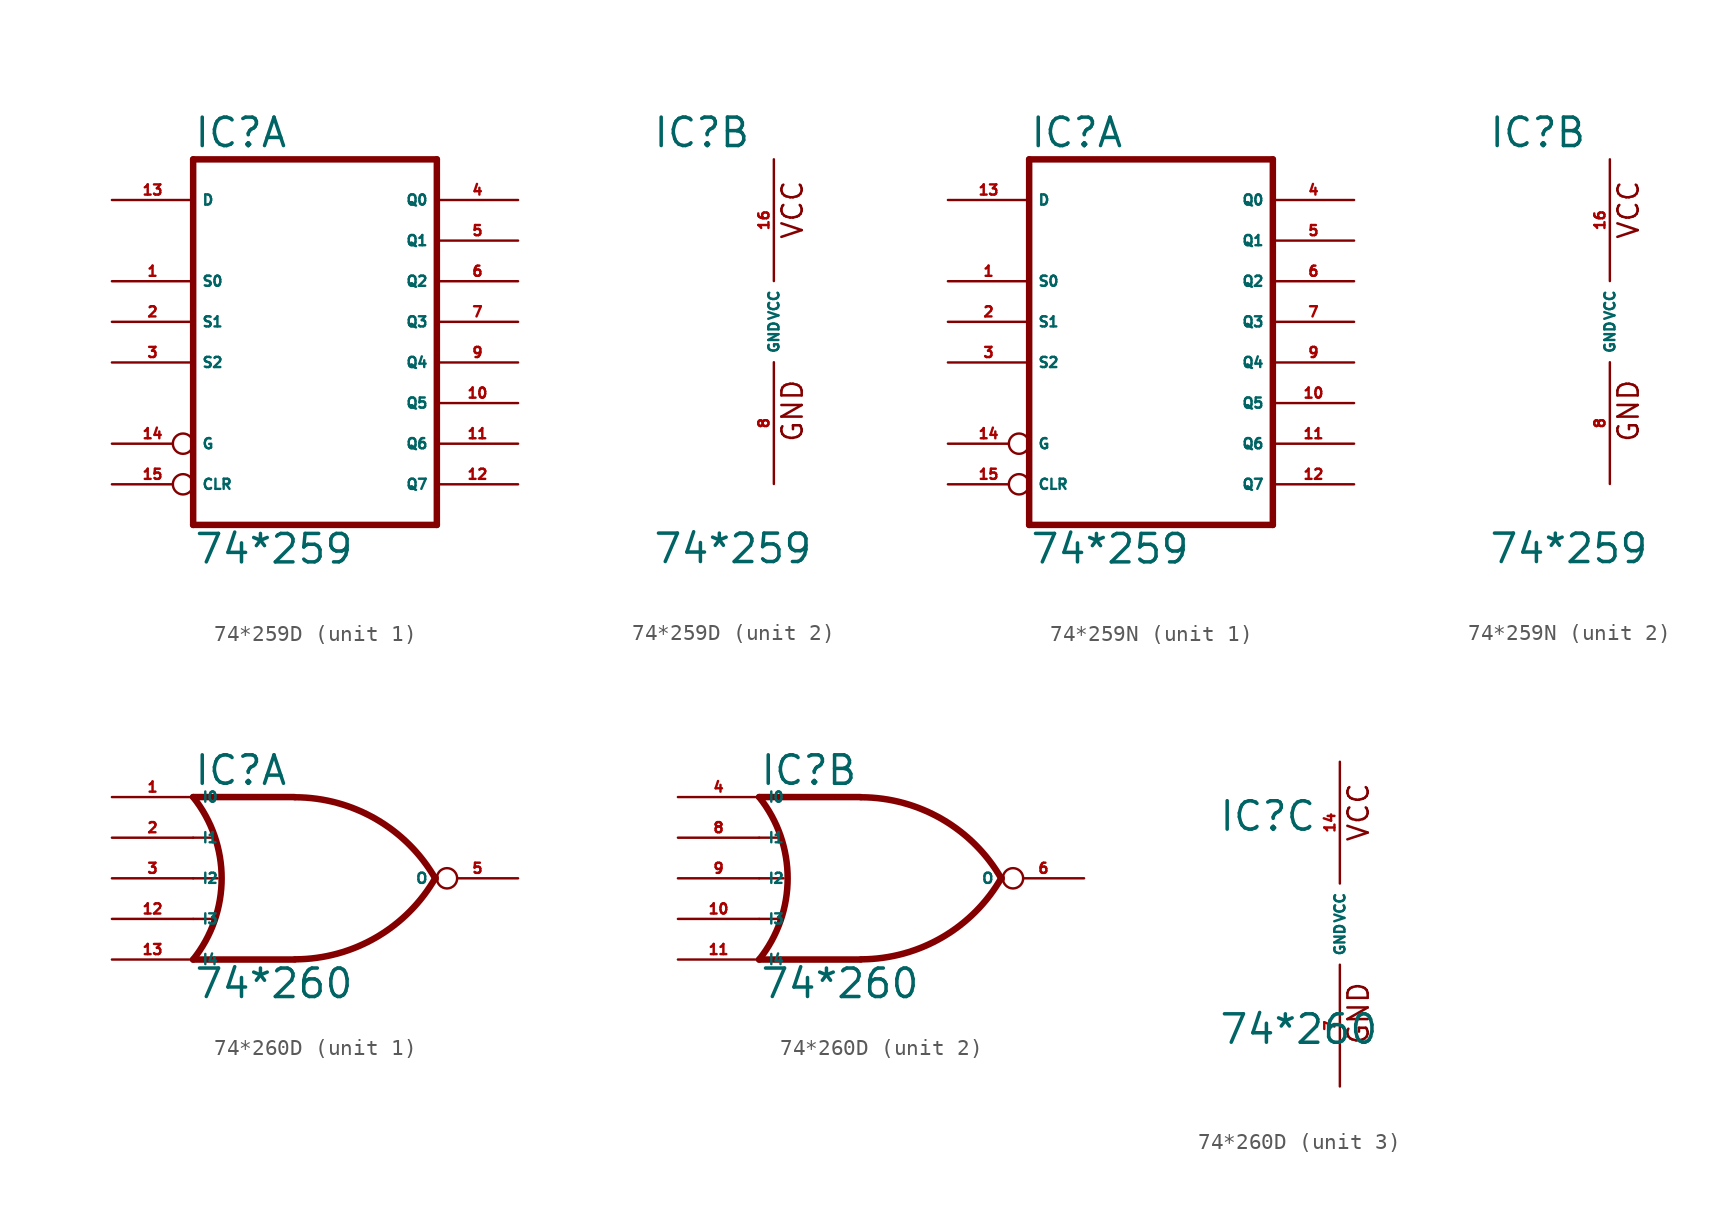
<source format=kicad_sym>
(kicad_symbol_lib
  (version 20220914)
  (generator Eagle2Kicad)
  (symbol "74*259D"
    (property "Reference" "IC"
      (at -7.62 10.795 0)
      (effects (font (size 1.778 1.778) (thickness 0.22)) (justify left bottom)))
    (property "Value" "74*259"
      (at -7.62 -15.24 0)
      (effects (font (size 1.778 1.778) (thickness 0.22)) (justify left bottom)))
    (symbol "74*259D_1_0"
      (polyline (pts (xy -7.62 -12.7) (xy 7.62 -12.7)) (stroke (width 0.406) (type default)) (fill (type none)))
      (polyline (pts (xy 7.62 -12.7) (xy 7.62 10.16)) (stroke (width 0.406) (type default)) (fill (type none)))
      (polyline (pts (xy 7.62 10.16) (xy -7.62 10.16)) (stroke (width 0.406) (type default)) (fill (type none)))
      (polyline (pts (xy -7.62 10.16) (xy -7.62 -12.7)) (stroke (width 0.406) (type default)) (fill (type none)))
      (pin input line (at -12.7 2.54 0) (length 5.08) (name "S0" (effects (font (size 0.635 0.635) (thickness 0.08)) (justify left bottom))) (number "1" (effects (font (size 0.635 0.635) (thickness 0.08)) (justify left bottom))))
      (pin input line (at -12.7 0 0) (length 5.08) (name "S1" (effects (font (size 0.635 0.635) (thickness 0.08)) (justify left bottom))) (number "2" (effects (font (size 0.635 0.635) (thickness 0.08)) (justify left bottom))))
      (pin input line (at -12.7 -2.54 0) (length 5.08) (name "S2" (effects (font (size 0.635 0.635) (thickness 0.08)) (justify left bottom))) (number "3" (effects (font (size 0.635 0.635) (thickness 0.08)) (justify left bottom))))
      (pin output line (at 12.7 7.62 180) (length 5.08) (name "Q0" (effects (font (size 0.635 0.635) (thickness 0.08)) (justify left bottom))) (number "4" (effects (font (size 0.635 0.635) (thickness 0.08)) (justify left bottom))))
      (pin output line (at 12.7 5.08 180) (length 5.08) (name "Q1" (effects (font (size 0.635 0.635) (thickness 0.08)) (justify left bottom))) (number "5" (effects (font (size 0.635 0.635) (thickness 0.08)) (justify left bottom))))
      (pin output line (at 12.7 2.54 180) (length 5.08) (name "Q2" (effects (font (size 0.635 0.635) (thickness 0.08)) (justify left bottom))) (number "6" (effects (font (size 0.635 0.635) (thickness 0.08)) (justify left bottom))))
      (pin output line (at 12.7 0 180) (length 5.08) (name "Q3" (effects (font (size 0.635 0.635) (thickness 0.08)) (justify left bottom))) (number "7" (effects (font (size 0.635 0.635) (thickness 0.08)) (justify left bottom))))
      (pin output line (at 12.7 -2.54 180) (length 5.08) (name "Q4" (effects (font (size 0.635 0.635) (thickness 0.08)) (justify left bottom))) (number "9" (effects (font (size 0.635 0.635) (thickness 0.08)) (justify left bottom))))
      (pin output line (at 12.7 -5.08 180) (length 5.08) (name "Q5" (effects (font (size 0.635 0.635) (thickness 0.08)) (justify left bottom))) (number "10" (effects (font (size 0.635 0.635) (thickness 0.08)) (justify left bottom))))
      (pin output line (at 12.7 -7.62 180) (length 5.08) (name "Q6" (effects (font (size 0.635 0.635) (thickness 0.08)) (justify left bottom))) (number "11" (effects (font (size 0.635 0.635) (thickness 0.08)) (justify left bottom))))
      (pin output line (at 12.7 -10.16 180) (length 5.08) (name "Q7" (effects (font (size 0.635 0.635) (thickness 0.08)) (justify left bottom))) (number "12" (effects (font (size 0.635 0.635) (thickness 0.08)) (justify left bottom))))
      (pin input line (at -12.7 7.62 0) (length 5.08) (name "D" (effects (font (size 0.635 0.635) (thickness 0.08)) (justify left bottom))) (number "13" (effects (font (size 0.635 0.635) (thickness 0.08)) (justify left bottom))))
      (pin input inverted (at -12.7 -7.62 0) (length 5.08) (name "G" (effects (font (size 0.635 0.635) (thickness 0.08)) (justify left bottom))) (number "14" (effects (font (size 0.635 0.635) (thickness 0.08)) (justify left bottom))))
      (pin input inverted (at -12.7 -10.16 0) (length 5.08) (name "CLR" (effects (font (size 0.635 0.635) (thickness 0.08)) (justify left bottom))) (number "15" (effects (font (size 0.635 0.635) (thickness 0.08)) (justify left bottom)))))
    (symbol "74*259D_2_0"
      (text "GND" (at 1.905 -7.62 900) (effects (font (size 1.27 1.27) (thickness 0.16)) (justify left bottom)))
      (text "VCC" (at 1.905 5.08 900) (effects (font (size 1.27 1.27) (thickness 0.16)) (justify left bottom)))
      (pin unspecified line (at 0 -10.16 90) (length 7.62) (name "GND" (effects (font (size 0.635 0.635) (thickness 0.08)) (justify left bottom))) (number "8" (effects (font (size 0.635 0.635) (thickness 0.08)) (justify left bottom))))
      (pin unspecified line (at 0 10.16 270) (length 7.62) (name "VCC" (effects (font (size 0.635 0.635) (thickness 0.08)) (justify left bottom))) (number "16" (effects (font (size 0.635 0.635) (thickness 0.08)) (justify left bottom))))))
  (symbol "74*259N"
    (property "Reference" "IC"
      (at -7.62 10.795 0)
      (effects (font (size 1.778 1.778) (thickness 0.22)) (justify left bottom)))
    (property "Value" "74*259"
      (at -7.62 -15.24 0)
      (effects (font (size 1.778 1.778) (thickness 0.22)) (justify left bottom)))
    (symbol "74*259N_1_0"
      (polyline (pts (xy -7.62 -12.7) (xy 7.62 -12.7)) (stroke (width 0.406) (type default)) (fill (type none)))
      (polyline (pts (xy 7.62 -12.7) (xy 7.62 10.16)) (stroke (width 0.406) (type default)) (fill (type none)))
      (polyline (pts (xy 7.62 10.16) (xy -7.62 10.16)) (stroke (width 0.406) (type default)) (fill (type none)))
      (polyline (pts (xy -7.62 10.16) (xy -7.62 -12.7)) (stroke (width 0.406) (type default)) (fill (type none)))
      (pin input line (at -12.7 2.54 0) (length 5.08) (name "S0" (effects (font (size 0.635 0.635) (thickness 0.08)) (justify left bottom))) (number "1" (effects (font (size 0.635 0.635) (thickness 0.08)) (justify left bottom))))
      (pin input line (at -12.7 0 0) (length 5.08) (name "S1" (effects (font (size 0.635 0.635) (thickness 0.08)) (justify left bottom))) (number "2" (effects (font (size 0.635 0.635) (thickness 0.08)) (justify left bottom))))
      (pin input line (at -12.7 -2.54 0) (length 5.08) (name "S2" (effects (font (size 0.635 0.635) (thickness 0.08)) (justify left bottom))) (number "3" (effects (font (size 0.635 0.635) (thickness 0.08)) (justify left bottom))))
      (pin output line (at 12.7 7.62 180) (length 5.08) (name "Q0" (effects (font (size 0.635 0.635) (thickness 0.08)) (justify left bottom))) (number "4" (effects (font (size 0.635 0.635) (thickness 0.08)) (justify left bottom))))
      (pin output line (at 12.7 5.08 180) (length 5.08) (name "Q1" (effects (font (size 0.635 0.635) (thickness 0.08)) (justify left bottom))) (number "5" (effects (font (size 0.635 0.635) (thickness 0.08)) (justify left bottom))))
      (pin output line (at 12.7 2.54 180) (length 5.08) (name "Q2" (effects (font (size 0.635 0.635) (thickness 0.08)) (justify left bottom))) (number "6" (effects (font (size 0.635 0.635) (thickness 0.08)) (justify left bottom))))
      (pin output line (at 12.7 0 180) (length 5.08) (name "Q3" (effects (font (size 0.635 0.635) (thickness 0.08)) (justify left bottom))) (number "7" (effects (font (size 0.635 0.635) (thickness 0.08)) (justify left bottom))))
      (pin output line (at 12.7 -2.54 180) (length 5.08) (name "Q4" (effects (font (size 0.635 0.635) (thickness 0.08)) (justify left bottom))) (number "9" (effects (font (size 0.635 0.635) (thickness 0.08)) (justify left bottom))))
      (pin output line (at 12.7 -5.08 180) (length 5.08) (name "Q5" (effects (font (size 0.635 0.635) (thickness 0.08)) (justify left bottom))) (number "10" (effects (font (size 0.635 0.635) (thickness 0.08)) (justify left bottom))))
      (pin output line (at 12.7 -7.62 180) (length 5.08) (name "Q6" (effects (font (size 0.635 0.635) (thickness 0.08)) (justify left bottom))) (number "11" (effects (font (size 0.635 0.635) (thickness 0.08)) (justify left bottom))))
      (pin output line (at 12.7 -10.16 180) (length 5.08) (name "Q7" (effects (font (size 0.635 0.635) (thickness 0.08)) (justify left bottom))) (number "12" (effects (font (size 0.635 0.635) (thickness 0.08)) (justify left bottom))))
      (pin input line (at -12.7 7.62 0) (length 5.08) (name "D" (effects (font (size 0.635 0.635) (thickness 0.08)) (justify left bottom))) (number "13" (effects (font (size 0.635 0.635) (thickness 0.08)) (justify left bottom))))
      (pin input inverted (at -12.7 -7.62 0) (length 5.08) (name "G" (effects (font (size 0.635 0.635) (thickness 0.08)) (justify left bottom))) (number "14" (effects (font (size 0.635 0.635) (thickness 0.08)) (justify left bottom))))
      (pin input inverted (at -12.7 -10.16 0) (length 5.08) (name "CLR" (effects (font (size 0.635 0.635) (thickness 0.08)) (justify left bottom))) (number "15" (effects (font (size 0.635 0.635) (thickness 0.08)) (justify left bottom)))))
    (symbol "74*259N_2_0"
      (text "GND" (at 1.905 -7.62 900) (effects (font (size 1.27 1.27) (thickness 0.16)) (justify left bottom)))
      (text "VCC" (at 1.905 5.08 900) (effects (font (size 1.27 1.27) (thickness 0.16)) (justify left bottom)))
      (pin unspecified line (at 0 -10.16 90) (length 7.62) (name "GND" (effects (font (size 0.635 0.635) (thickness 0.08)) (justify left bottom))) (number "8" (effects (font (size 0.635 0.635) (thickness 0.08)) (justify left bottom))))
      (pin unspecified line (at 0 10.16 270) (length 7.62) (name "VCC" (effects (font (size 0.635 0.635) (thickness 0.08)) (justify left bottom))) (number "16" (effects (font (size 0.635 0.635) (thickness 0.08)) (justify left bottom))))))
  (symbol "74*260D"
    (property "Reference" "IC"
      (at -7.62 5.715 0)
      (effects (font (size 1.778 1.778) (thickness 0.22)) (justify left bottom)))
    (property "Value" "74*260"
      (at -7.62 -7.62 0)
      (effects (font (size 1.778 1.778) (thickness 0.22)) (justify left bottom)))
    (symbol "74*260D_1_0"
      (polyline (pts (xy -1.27 5.08) (xy -7.62 5.08)) (stroke (width 0.406) (type default)) (fill (type none)))
      (polyline (pts (xy -1.27 -5.08) (xy -7.62 -5.08)) (stroke (width 0.406) (type default)) (fill (type none)))
      (polyline (pts (xy -7.62 2.54) (xy -6.35 2.54)) (stroke (width 0.152) (type default)) (fill (type none)))
      (polyline (pts (xy -7.62 -2.54) (xy -6.35 -2.54)) (stroke (width 0.152) (type default)) (fill (type none)))
      (arc (start -1.2446 -5.0678) (mid 3.837 -3.689) (end 7.5439 0.0507) (stroke (width 0.4064) (type default)) (fill (type none)))
      (arc (start 7.5442 -0.0505) (mid 3.837 3.689) (end -1.2446 5.0678) (stroke (width 0.4064) (type default)) (fill (type none)))
      (arc (start -7.62 -5.08) (mid -5.838 0.000) (end -7.62 5.08) (stroke (width 0.4064) (type default)) (fill (type none)))
      (polyline (pts (xy -7.62 0) (xy -6.096 0)) (stroke (width 0.152) (type default)) (fill (type none)))
      (pin input line (at -12.7 5.08 0) (length 5.08) (name "I0" (effects (font (size 0.635 0.635) (thickness 0.08)) (justify left bottom))) (number "1" (effects (font (size 0.635 0.635) (thickness 0.08)) (justify left bottom))))
      (pin input line (at -12.7 2.54 0) (length 5.08) (name "I1" (effects (font (size 0.635 0.635) (thickness 0.08)) (justify left bottom))) (number "2" (effects (font (size 0.635 0.635) (thickness 0.08)) (justify left bottom))))
      (pin input line (at -12.7 0 0) (length 5.08) (name "I2" (effects (font (size 0.635 0.635) (thickness 0.08)) (justify left bottom))) (number "3" (effects (font (size 0.635 0.635) (thickness 0.08)) (justify left bottom))))
      (pin output inverted (at 12.7 0 180) (length 5.08) (name "O" (effects (font (size 0.635 0.635) (thickness 0.08)) (justify left bottom))) (number "5" (effects (font (size 0.635 0.635) (thickness 0.08)) (justify left bottom))))
      (pin input line (at -12.7 -2.54 0) (length 5.08) (name "I3" (effects (font (size 0.635 0.635) (thickness 0.08)) (justify left bottom))) (number "12" (effects (font (size 0.635 0.635) (thickness 0.08)) (justify left bottom))))
      (pin input line (at -12.7 -5.08 0) (length 5.08) (name "I4" (effects (font (size 0.635 0.635) (thickness 0.08)) (justify left bottom))) (number "13" (effects (font (size 0.635 0.635) (thickness 0.08)) (justify left bottom)))))
    (symbol "74*260D_2_0"
      (polyline (pts (xy -1.27 5.08) (xy -7.62 5.08)) (stroke (width 0.406) (type default)) (fill (type none)))
      (polyline (pts (xy -1.27 -5.08) (xy -7.62 -5.08)) (stroke (width 0.406) (type default)) (fill (type none)))
      (polyline (pts (xy -7.62 2.54) (xy -6.35 2.54)) (stroke (width 0.152) (type default)) (fill (type none)))
      (polyline (pts (xy -7.62 -2.54) (xy -6.35 -2.54)) (stroke (width 0.152) (type default)) (fill (type none)))
      (arc (start -1.2446 -5.0678) (mid 3.837 -3.689) (end 7.5439 0.0507) (stroke (width 0.4064) (type default)) (fill (type none)))
      (arc (start 7.5442 -0.0505) (mid 3.837 3.689) (end -1.2446 5.0678) (stroke (width 0.4064) (type default)) (fill (type none)))
      (arc (start -7.62 -5.08) (mid -5.838 0.000) (end -7.62 5.08) (stroke (width 0.4064) (type default)) (fill (type none)))
      (polyline (pts (xy -7.62 0) (xy -6.096 0)) (stroke (width 0.152) (type default)) (fill (type none)))
      (pin input line (at -12.7 5.08 0) (length 5.08) (name "I0" (effects (font (size 0.635 0.635) (thickness 0.08)) (justify left bottom))) (number "4" (effects (font (size 0.635 0.635) (thickness 0.08)) (justify left bottom))))
      (pin input line (at -12.7 2.54 0) (length 5.08) (name "I1" (effects (font (size 0.635 0.635) (thickness 0.08)) (justify left bottom))) (number "8" (effects (font (size 0.635 0.635) (thickness 0.08)) (justify left bottom))))
      (pin input line (at -12.7 0 0) (length 5.08) (name "I2" (effects (font (size 0.635 0.635) (thickness 0.08)) (justify left bottom))) (number "9" (effects (font (size 0.635 0.635) (thickness 0.08)) (justify left bottom))))
      (pin output inverted (at 12.7 0 180) (length 5.08) (name "O" (effects (font (size 0.635 0.635) (thickness 0.08)) (justify left bottom))) (number "6" (effects (font (size 0.635 0.635) (thickness 0.08)) (justify left bottom))))
      (pin input line (at -12.7 -2.54 0) (length 5.08) (name "I3" (effects (font (size 0.635 0.635) (thickness 0.08)) (justify left bottom))) (number "10" (effects (font (size 0.635 0.635) (thickness 0.08)) (justify left bottom))))
      (pin input line (at -12.7 -5.08 0) (length 5.08) (name "I4" (effects (font (size 0.635 0.635) (thickness 0.08)) (justify left bottom))) (number "11" (effects (font (size 0.635 0.635) (thickness 0.08)) (justify left bottom)))))
    (symbol "74*260D_3_0"
      (text "GND" (at 1.905 -7.62 900) (effects (font (size 1.27 1.27) (thickness 0.16)) (justify left bottom)))
      (text "VCC" (at 1.905 5.08 900) (effects (font (size 1.27 1.27) (thickness 0.16)) (justify left bottom)))
      (pin unspecified line (at 0 -10.16 90) (length 7.62) (name "GND" (effects (font (size 0.635 0.635) (thickness 0.08)) (justify left bottom))) (number "7" (effects (font (size 0.635 0.635) (thickness 0.08)) (justify left bottom))))
      (pin unspecified line (at 0 10.16 270) (length 7.62) (name "VCC" (effects (font (size 0.635 0.635) (thickness 0.08)) (justify left bottom))) (number "14" (effects (font (size 0.635 0.635) (thickness 0.08)) (justify left bottom)))))))
</source>
